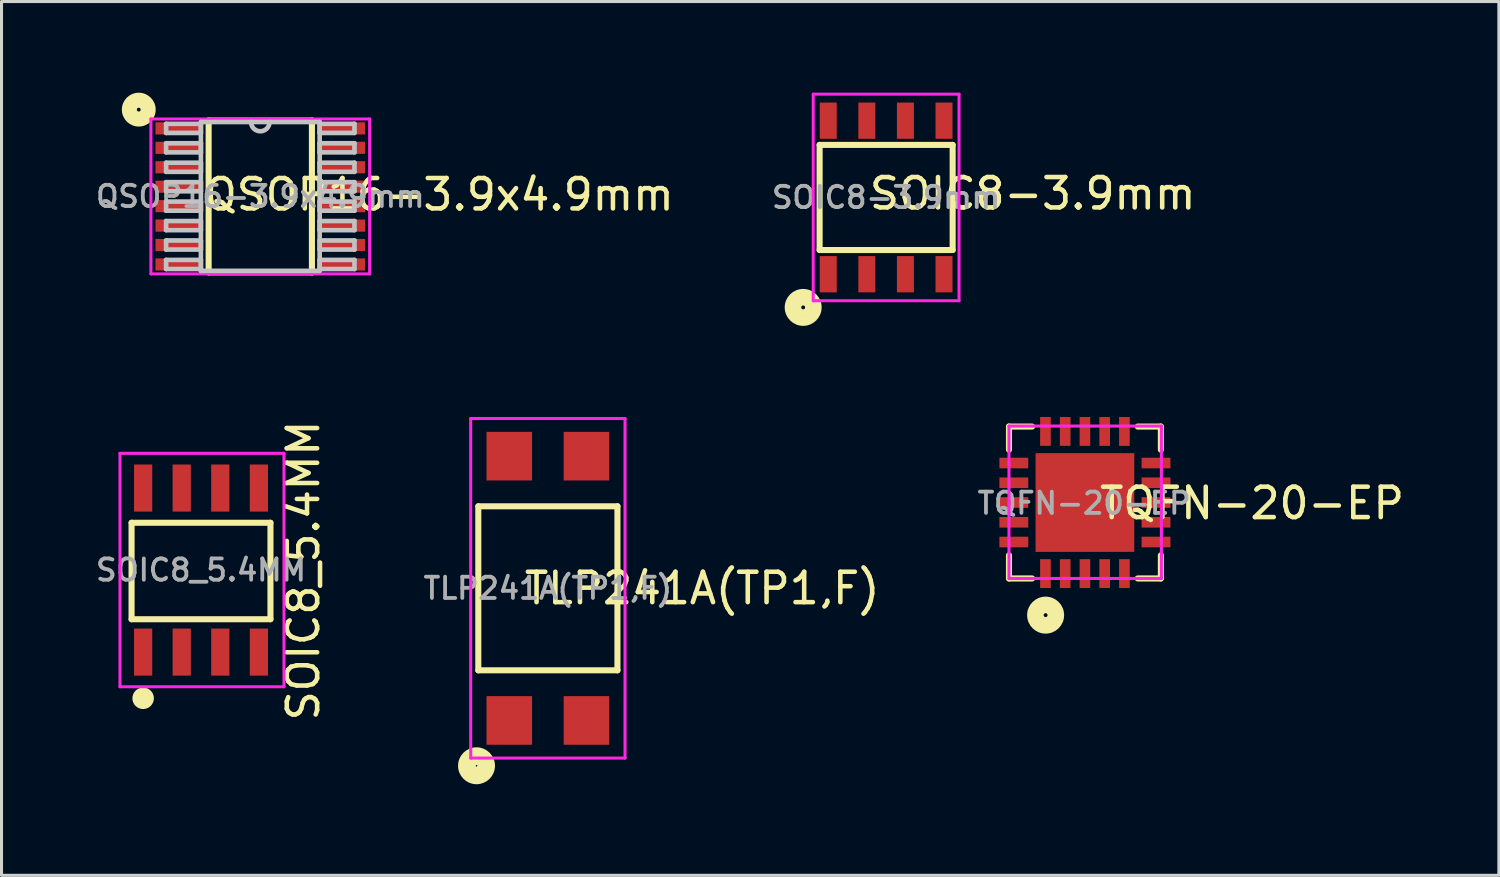
<source format=kicad_pcb>
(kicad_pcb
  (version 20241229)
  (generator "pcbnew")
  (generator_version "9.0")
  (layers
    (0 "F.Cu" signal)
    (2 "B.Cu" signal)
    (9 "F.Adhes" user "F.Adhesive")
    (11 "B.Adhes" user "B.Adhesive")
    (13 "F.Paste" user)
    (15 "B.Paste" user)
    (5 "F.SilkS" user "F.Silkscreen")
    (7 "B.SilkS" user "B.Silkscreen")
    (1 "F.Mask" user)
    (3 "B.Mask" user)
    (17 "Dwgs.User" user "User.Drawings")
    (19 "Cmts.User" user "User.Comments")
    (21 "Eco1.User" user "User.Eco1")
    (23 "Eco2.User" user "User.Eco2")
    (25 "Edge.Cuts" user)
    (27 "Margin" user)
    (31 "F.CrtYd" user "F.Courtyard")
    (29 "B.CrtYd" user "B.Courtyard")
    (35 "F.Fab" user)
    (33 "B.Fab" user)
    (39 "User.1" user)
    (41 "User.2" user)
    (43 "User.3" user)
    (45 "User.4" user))
  (footprint "SOIC8-3.9mm"
    (layer "F.Cu")
    (at 26.12 3.45)
    (property "Reference" "SOIC8-3.9mm" (at 4.826 -0.127 0) (layer "F.SilkS") (effects (font (size 1 1) (thickness 0.15))))
    (attr through_hole)
    (fp_line (start -2.19 -1.73) (end -2.19 1.73) (stroke (width 0.2) (type solid)) (layer "F.SilkS"))
    (fp_line (start -2.19 1.73) (end 2.19 1.73) (stroke (width 0.2) (type solid)) (layer "F.SilkS"))
    (fp_line (start 2.19 -1.73) (end -2.19 -1.73) (stroke (width 0.2) (type solid)) (layer "F.SilkS"))
    (fp_line (start 2.19 1.73) (end 2.19 -1.73) (stroke (width 0.2) (type solid)) (layer "F.SilkS"))
    (fp_circle (center -2.731 3.619) (end -2.667 3.619) (stroke (width 0.2) (type solid)) (fill no) (layer "F.SilkS"))
    (fp_circle (center -2.731 3.619) (end -2.54 3.619) (stroke (width 0.2) (type solid)) (fill no) (layer "F.SilkS"))
    (fp_circle (center -2.731 3.619) (end -2.413 3.81) (stroke (width 0.2) (type solid)) (fill no) (layer "F.SilkS"))
    (fp_circle (center -2.731 3.619) (end -2.223 3.619) (stroke (width 0.2) (type solid)) (fill no) (layer "F.SilkS"))
    (fp_line (start -2.4 -3.4) (end -2.4 3.4) (stroke (width 0.1) (type solid)) (layer "F.CrtYd"))
    (fp_line (start -2.4 3.4) (end 2.4 3.4) (stroke (width 0.1) (type solid)) (layer "F.CrtYd"))
    (fp_line (start 2.4 -3.4) (end -2.4 -3.4) (stroke (width 0.1) (type solid)) (layer "F.CrtYd"))
    (fp_line (start 2.4 3.4) (end 2.4 -3.4) (stroke (width 0.1) (type solid)) (layer "F.CrtYd"))
    (fp_text user "${REFERENCE}" (at 0 0 0) (layer "F.Fab") (effects (font (size 0.7 0.7) (thickness 0.125))))
    (pad "1" smd rect (at -1.905 2.527) (size 0.559 1.194) (layers "F.Cu" "F.Mask" "F.Paste"))
    (pad "2" smd rect (at -0.635 2.527) (size 0.559 1.194) (layers "F.Cu" "F.Mask" "F.Paste"))
    (pad "3" smd rect (at 0.635 2.527) (size 0.559 1.194) (layers "F.Cu" "F.Mask" "F.Paste"))
    (pad "4" smd rect (at 1.905 2.527) (size 0.559 1.194) (layers "F.Cu" "F.Mask" "F.Paste"))
    (pad "5" smd rect (at 1.905 -2.527) (size 0.559 1.194) (layers "F.Cu" "F.Mask" "F.Paste"))
    (pad "6" smd rect (at 0.635 -2.527) (size 0.559 1.194) (layers "F.Cu" "F.Mask" "F.Paste"))
    (pad "7" smd rect (at -0.635 -2.527) (size 0.559 1.194) (layers "F.Cu" "F.Mask" "F.Paste"))
    (pad "8" smd rect (at -1.905 -2.527) (size 0.559 1.194) (layers "F.Cu" "F.Mask" "F.Paste")))
  (footprint "QSOP16-3.9x4.9mm"
    (layer "F.Cu")
    (at 5.518 3.416)
    (property "Reference" "QSOP16-3.9x4.9mm" (at 5.895 -0.061 0) (layer "F.SilkS") (effects (font (size 1 1) (thickness 0.15))))
    (attr through_hole)
    (fp_line (start -1.7 -2.5) (end -1.7 2.5) (stroke (width 0.2) (type solid)) (layer "F.SilkS"))
    (fp_line (start -1.7 2.5) (end 1.7 2.5) (stroke (width 0.2) (type solid)) (layer "F.SilkS"))
    (fp_line (start 1.7 -2.5) (end -1.7 -2.5) (stroke (width 0.2) (type solid)) (layer "F.SilkS"))
    (fp_line (start 1.7 2.5) (end 1.7 -2.5) (stroke (width 0.2) (type solid)) (layer "F.SilkS"))
    (fp_circle (center -4 -2.857) (end -3.937 -2.857) (stroke (width 0.2) (type solid)) (fill no) (layer "F.SilkS"))
    (fp_circle (center -4 -2.857) (end -3.747 -2.857) (stroke (width 0.2) (type solid)) (fill no) (layer "F.SilkS"))
    (fp_circle (center -4 -2.857) (end -3.619 -2.921) (stroke (width 0.2) (type solid)) (fill no) (layer "F.SilkS"))
    (fp_circle (center -4 -2.857) (end -3.493 -2.857) (stroke (width 0.1) (type solid)) (fill no) (layer "F.SilkS"))
    (fp_line (start -3.1 -2.39) (end -3.1 -2.09) (stroke (width 0.152) (type solid)) (layer "Dwgs.User"))
    (fp_line (start -3.1 -2.09) (end -1.955 -2.09) (stroke (width 0.152) (type solid)) (layer "Dwgs.User"))
    (fp_line (start -3.1 -1.75) (end -3.1 -1.45) (stroke (width 0.152) (type solid)) (layer "Dwgs.User"))
    (fp_line (start -3.1 -1.45) (end -1.955 -1.45) (stroke (width 0.152) (type solid)) (layer "Dwgs.User"))
    (fp_line (start -3.1 -1.11) (end -3.1 -0.81) (stroke (width 0.152) (type solid)) (layer "Dwgs.User"))
    (fp_line (start -3.1 -0.81) (end -1.955 -0.81) (stroke (width 0.152) (type solid)) (layer "Dwgs.User"))
    (fp_line (start -3.1 -0.47) (end -3.1 -0.17) (stroke (width 0.152) (type solid)) (layer "Dwgs.User"))
    (fp_line (start -3.1 -0.17) (end -1.955 -0.17) (stroke (width 0.152) (type solid)) (layer "Dwgs.User"))
    (fp_line (start -3.1 0.17) (end -3.1 0.47) (stroke (width 0.152) (type solid)) (layer "Dwgs.User"))
    (fp_line (start -3.1 0.47) (end -1.955 0.47) (stroke (width 0.152) (type solid)) (layer "Dwgs.User"))
    (fp_line (start -3.1 0.81) (end -3.1 1.11) (stroke (width 0.152) (type solid)) (layer "Dwgs.User"))
    (fp_line (start -3.1 1.11) (end -1.955 1.11) (stroke (width 0.152) (type solid)) (layer "Dwgs.User"))
    (fp_line (start -3.1 1.45) (end -3.1 1.75) (stroke (width 0.152) (type solid)) (layer "Dwgs.User"))
    (fp_line (start -3.1 1.75) (end -1.955 1.75) (stroke (width 0.152) (type solid)) (layer "Dwgs.User"))
    (fp_line (start -3.1 2.09) (end -3.1 2.39) (stroke (width 0.152) (type solid)) (layer "Dwgs.User"))
    (fp_line (start -3.1 2.39) (end -1.955 2.39) (stroke (width 0.152) (type solid)) (layer "Dwgs.User"))
    (fp_line (start -1.955 -2.45) (end -1.955 2.45) (stroke (width 0.152) (type solid)) (layer "Dwgs.User"))
    (fp_line (start -1.955 -2.39) (end -3.1 -2.39) (stroke (width 0.152) (type solid)) (layer "Dwgs.User"))
    (fp_line (start -1.955 -2.09) (end -1.955 -2.39) (stroke (width 0.152) (type solid)) (layer "Dwgs.User"))
    (fp_line (start -1.955 -1.75) (end -3.1 -1.75) (stroke (width 0.152) (type solid)) (layer "Dwgs.User"))
    (fp_line (start -1.955 -1.45) (end -1.955 -1.75) (stroke (width 0.152) (type solid)) (layer "Dwgs.User"))
    (fp_line (start -1.955 -1.11) (end -3.1 -1.11) (stroke (width 0.152) (type solid)) (layer "Dwgs.User"))
    (fp_line (start -1.955 -0.81) (end -1.955 -1.11) (stroke (width 0.152) (type solid)) (layer "Dwgs.User"))
    (fp_line (start -1.955 -0.47) (end -3.1 -0.47) (stroke (width 0.152) (type solid)) (layer "Dwgs.User"))
    (fp_line (start -1.955 -0.17) (end -1.955 -0.47) (stroke (width 0.152) (type solid)) (layer "Dwgs.User"))
    (fp_line (start -1.955 0.17) (end -3.1 0.17) (stroke (width 0.152) (type solid)) (layer "Dwgs.User"))
    (fp_line (start -1.955 0.47) (end -1.955 0.17) (stroke (width 0.152) (type solid)) (layer "Dwgs.User"))
    (fp_line (start -1.955 0.81) (end -3.1 0.81) (stroke (width 0.152) (type solid)) (layer "Dwgs.User"))
    (fp_line (start -1.955 1.11) (end -1.955 0.81) (stroke (width 0.152) (type solid)) (layer "Dwgs.User"))
    (fp_line (start -1.955 1.45) (end -3.1 1.45) (stroke (width 0.152) (type solid)) (layer "Dwgs.User"))
    (fp_line (start -1.955 1.75) (end -1.955 1.45) (stroke (width 0.152) (type solid)) (layer "Dwgs.User"))
    (fp_line (start -1.955 2.09) (end -3.1 2.09) (stroke (width 0.152) (type solid)) (layer "Dwgs.User"))
    (fp_line (start -1.955 2.39) (end -1.955 2.09) (stroke (width 0.152) (type solid)) (layer "Dwgs.User"))
    (fp_line (start -1.955 2.45) (end 1.955 2.45) (stroke (width 0.152) (type solid)) (layer "Dwgs.User"))
    (fp_line (start 1.955 -2.45) (end -1.955 -2.45) (stroke (width 0.152) (type solid)) (layer "Dwgs.User"))
    (fp_line (start 1.955 -2.39) (end 1.955 -2.09) (stroke (width 0.152) (type solid)) (layer "Dwgs.User"))
    (fp_line (start 1.955 -2.09) (end 3.1 -2.09) (stroke (width 0.152) (type solid)) (layer "Dwgs.User"))
    (fp_line (start 1.955 -1.75) (end 1.955 -1.45) (stroke (width 0.152) (type solid)) (layer "Dwgs.User"))
    (fp_line (start 1.955 -1.45) (end 3.1 -1.45) (stroke (width 0.152) (type solid)) (layer "Dwgs.User"))
    (fp_line (start 1.955 -1.11) (end 1.955 -0.81) (stroke (width 0.152) (type solid)) (layer "Dwgs.User"))
    (fp_line (start 1.955 -0.81) (end 3.1 -0.81) (stroke (width 0.152) (type solid)) (layer "Dwgs.User"))
    (fp_line (start 1.955 -0.47) (end 1.955 -0.17) (stroke (width 0.152) (type solid)) (layer "Dwgs.User"))
    (fp_line (start 1.955 -0.17) (end 3.1 -0.17) (stroke (width 0.152) (type solid)) (layer "Dwgs.User"))
    (fp_line (start 1.955 0.17) (end 1.955 0.47) (stroke (width 0.152) (type solid)) (layer "Dwgs.User"))
    (fp_line (start 1.955 0.47) (end 3.1 0.47) (stroke (width 0.152) (type solid)) (layer "Dwgs.User"))
    (fp_line (start 1.955 0.81) (end 1.955 1.11) (stroke (width 0.152) (type solid)) (layer "Dwgs.User"))
    (fp_line (start 1.955 1.11) (end 3.1 1.11) (stroke (width 0.152) (type solid)) (layer "Dwgs.User"))
    (fp_line (start 1.955 1.45) (end 1.955 1.75) (stroke (width 0.152) (type solid)) (layer "Dwgs.User"))
    (fp_line (start 1.955 1.75) (end 3.1 1.75) (stroke (width 0.152) (type solid)) (layer "Dwgs.User"))
    (fp_line (start 1.955 2.09) (end 1.955 2.39) (stroke (width 0.152) (type solid)) (layer "Dwgs.User"))
    (fp_line (start 1.955 2.39) (end 3.1 2.39) (stroke (width 0.152) (type solid)) (layer "Dwgs.User"))
    (fp_line (start 1.955 2.45) (end 1.955 -2.45) (stroke (width 0.152) (type solid)) (layer "Dwgs.User"))
    (fp_line (start 3.1 -2.39) (end 1.955 -2.39) (stroke (width 0.152) (type solid)) (layer "Dwgs.User"))
    (fp_line (start 3.1 -2.09) (end 3.1 -2.39) (stroke (width 0.152) (type solid)) (layer "Dwgs.User"))
    (fp_line (start 3.1 -1.75) (end 1.955 -1.75) (stroke (width 0.152) (type solid)) (layer "Dwgs.User"))
    (fp_line (start 3.1 -1.45) (end 3.1 -1.75) (stroke (width 0.152) (type solid)) (layer "Dwgs.User"))
    (fp_line (start 3.1 -1.11) (end 1.955 -1.11) (stroke (width 0.152) (type solid)) (layer "Dwgs.User"))
    (fp_line (start 3.1 -0.81) (end 3.1 -1.11) (stroke (width 0.152) (type solid)) (layer "Dwgs.User"))
    (fp_line (start 3.1 -0.47) (end 1.955 -0.47) (stroke (width 0.152) (type solid)) (layer "Dwgs.User"))
    (fp_line (start 3.1 -0.17) (end 3.1 -0.47) (stroke (width 0.152) (type solid)) (layer "Dwgs.User"))
    (fp_line (start 3.1 0.17) (end 1.955 0.17) (stroke (width 0.152) (type solid)) (layer "Dwgs.User"))
    (fp_line (start 3.1 0.47) (end 3.1 0.17) (stroke (width 0.152) (type solid)) (layer "Dwgs.User"))
    (fp_line (start 3.1 0.81) (end 1.955 0.81) (stroke (width 0.152) (type solid)) (layer "Dwgs.User"))
    (fp_line (start 3.1 1.11) (end 3.1 0.81) (stroke (width 0.152) (type solid)) (layer "Dwgs.User"))
    (fp_line (start 3.1 1.45) (end 1.955 1.45) (stroke (width 0.152) (type solid)) (layer "Dwgs.User"))
    (fp_line (start 3.1 1.75) (end 3.1 1.45) (stroke (width 0.152) (type solid)) (layer "Dwgs.User"))
    (fp_line (start 3.1 2.09) (end 1.955 2.09) (stroke (width 0.152) (type solid)) (layer "Dwgs.User"))
    (fp_line (start 3.1 2.39) (end 3.1 2.09) (stroke (width 0.152) (type solid)) (layer "Dwgs.User"))
    (fp_arc (start 0.3048 -2.45) (mid 0 -2.1452) (end -0.3048 -2.45) (stroke (width 0.1524) (type solid)) (layer "Dwgs.User"))
    (fp_line (start -3.6 -2.55) (end -3.6 2.55) (stroke (width 0.1) (type solid)) (layer "F.CrtYd"))
    (fp_line (start -3.6 2.55) (end 3.6 2.55) (stroke (width 0.1) (type solid)) (layer "F.CrtYd"))
    (fp_line (start 3.6 -2.55) (end -3.6 -2.55) (stroke (width 0.1) (type solid)) (layer "F.CrtYd"))
    (fp_line (start 3.6 2.55) (end 3.6 -2.55) (stroke (width 0.1) (type solid)) (layer "F.CrtYd"))
    (fp_text user "${REFERENCE}" (at 0 0 0) (layer "F.Fab") (effects (font (size 0.7 0.7) (thickness 0.125))))
    (pad "1" smd rect (at -2.7 -2.24) (size 1.5 0.4) (layers "F.Cu" "F.Mask" "F.Paste"))
    (pad "2" smd rect (at -2.7 -1.6) (size 1.5 0.4) (layers "F.Cu" "F.Mask" "F.Paste"))
    (pad "3" smd rect (at -2.7 -0.96) (size 1.5 0.4) (layers "F.Cu" "F.Mask" "F.Paste"))
    (pad "4" smd rect (at -2.7 -0.32) (size 1.5 0.4) (layers "F.Cu" "F.Mask" "F.Paste"))
    (pad "5" smd rect (at -2.7 0.32) (size 1.5 0.4) (layers "F.Cu" "F.Mask" "F.Paste"))
    (pad "6" smd rect (at -2.7 0.96) (size 1.5 0.4) (layers "F.Cu" "F.Mask" "F.Paste"))
    (pad "7" smd rect (at -2.7 1.6) (size 1.5 0.4) (layers "F.Cu" "F.Mask" "F.Paste"))
    (pad "8" smd rect (at -2.7 2.24) (size 1.5 0.4) (layers "F.Cu" "F.Mask" "F.Paste"))
    (pad "9" smd rect (at 2.7 2.24) (size 1.5 0.4) (layers "F.Cu" "F.Mask" "F.Paste"))
    (pad "10" smd rect (at 2.7 1.6) (size 1.5 0.4) (layers "F.Cu" "F.Mask" "F.Paste"))
    (pad "11" smd rect (at 2.7 0.96) (size 1.5 0.4) (layers "F.Cu" "F.Mask" "F.Paste"))
    (pad "12" smd rect (at 2.7 0.32) (size 1.5 0.4) (layers "F.Cu" "F.Mask" "F.Paste"))
    (pad "13" smd rect (at 2.7 -0.32) (size 1.5 0.4) (layers "F.Cu" "F.Mask" "F.Paste"))
    (pad "14" smd rect (at 2.7 -0.96) (size 1.5 0.4) (layers "F.Cu" "F.Mask" "F.Paste"))
    (pad "15" smd rect (at 2.7 -1.6) (size 1.5 0.4) (layers "F.Cu" "F.Mask" "F.Paste"))
    (pad "16" smd rect (at 2.7 -2.24) (size 1.5 0.4) (layers "F.Cu" "F.Mask" "F.Paste")))
  (footprint "SOIC8_5.4MM"
    (placed yes)
    (layer "F.Cu")
    (at 3.567 15.716)
    (property "Reference" "SOIC8_5.4MM" (at 3.368 0.015 90) (layer "F.SilkS") (effects (font (size 1 1) (thickness 0.15))))
    (attr through_hole)
    (fp_line (start -2.286 -1.557) (end 2.286 -1.557) (stroke (width 0.2) (type solid)) (layer "F.SilkS"))
    (fp_line (start -2.286 1.618) (end -2.286 -1.557) (stroke (width 0.2) (type solid)) (layer "F.SilkS"))
    (fp_line (start -2.032 4.221) (end -1.841 4.221) (stroke (width 0.2) (type solid)) (layer "F.SilkS"))
    (fp_line (start 2.286 -1.557) (end 2.286 1.618) (stroke (width 0.2) (type solid)) (layer "F.SilkS"))
    (fp_line (start 2.286 1.618) (end -2.286 1.618) (stroke (width 0.2) (type solid)) (layer "F.SilkS"))
    (fp_circle (center -1.905 4.221) (end -1.778 4.285) (stroke (width 0.2) (type solid)) (fill no) (layer "F.SilkS"))
    (fp_circle (center -1.905 4.221) (end -1.651 4.221) (stroke (width 0.2) (type solid)) (fill no) (layer "F.SilkS"))
    (fp_line (start -2.667 -3.843) (end 2.731 -3.843) (stroke (width 0.1) (type solid)) (layer "F.CrtYd"))
    (fp_line (start -2.667 3.841) (end -2.667 -3.843) (stroke (width 0.1) (type solid)) (layer "F.CrtYd"))
    (fp_line (start 2.731 -3.843) (end 2.731 3.841) (stroke (width 0.1) (type solid)) (layer "F.CrtYd"))
    (fp_line (start 2.731 3.841) (end -2.667 3.841) (stroke (width 0.1) (type solid)) (layer "F.CrtYd"))
    (fp_text user "${REFERENCE}" (at 0 0 0) (layer "F.Fab") (effects (font (size 0.7 0.7) (thickness 0.125))))
    (pad "1" smd rect (at -1.905 2.7) (size 0.6 1.55) (layers "F.Cu" "F.Mask" "F.Paste"))
    (pad "2" smd rect (at -0.635 2.7) (size 0.6 1.55) (layers "F.Cu" "F.Mask" "F.Paste"))
    (pad "3" smd rect (at 0.635 2.7) (size 0.6 1.55) (layers "F.Cu" "F.Mask" "F.Paste"))
    (pad "4" smd rect (at 1.905 2.7) (size 0.6 1.55) (layers "F.Cu" "F.Mask" "F.Paste"))
    (pad "5" smd rect (at 1.905 -2.7) (size 0.6 1.55) (layers "F.Cu" "F.Mask" "F.Paste"))
    (pad "6" smd rect (at 0.635 -2.7) (size 0.6 1.55) (layers "F.Cu" "F.Mask" "F.Paste"))
    (pad "7" smd rect (at -0.635 -2.7) (size 0.6 1.55) (layers "F.Cu" "F.Mask" "F.Paste"))
    (pad "8" smd rect (at -1.905 -2.7) (size 0.6 1.55) (layers "F.Cu" "F.Mask" "F.Paste")))
  (footprint "TQFN-20-EP"
    (layer "F.Cu")
    (at 32.664 13.492)
    (property "Reference" "TQFN-20-EP" (at 5.501 0.024 0) (layer "F.SilkS") (effects (font (size 1 1) (thickness 0.15))))
    (attr through_hole)
    (fp_line (start -2.5 -2.5) (end -2.5 -1.738) (stroke (width 0.2) (type solid)) (layer "F.SilkS"))
    (fp_line (start -2.5 -2.5) (end -1.738 -2.5) (stroke (width 0.2) (type solid)) (layer "F.SilkS"))
    (fp_line (start -2.5 2.5) (end -2.5 1.738) (stroke (width 0.2) (type solid)) (layer "F.SilkS"))
    (fp_line (start -2.5 2.5) (end -1.738 2.5) (stroke (width 0.2) (type solid)) (layer "F.SilkS"))
    (fp_line (start 2.5 -2.5) (end 1.738 -2.5) (stroke (width 0.2) (type solid)) (layer "F.SilkS"))
    (fp_line (start 2.5 -2.5) (end 2.5 -1.738) (stroke (width 0.2) (type solid)) (layer "F.SilkS"))
    (fp_line (start 2.5 2.5) (end 1.738 2.5) (stroke (width 0.2) (type solid)) (layer "F.SilkS"))
    (fp_line (start 2.5 2.5) (end 2.5 1.738) (stroke (width 0.2) (type solid)) (layer "F.SilkS"))
    (fp_circle (center -1.294 3.707) (end -1.23 3.707) (stroke (width 0.2) (type solid)) (fill no) (layer "F.SilkS"))
    (fp_circle (center -1.294 3.707) (end -1.04 3.707) (stroke (width 0.2) (type solid)) (fill no) (layer "F.SilkS"))
    (fp_circle (center -1.294 3.707) (end -0.912 3.707) (stroke (width 0.2) (type solid)) (fill no) (layer "F.SilkS"))
    (fp_circle (center -1.294 3.707) (end -0.785 3.707) (stroke (width 0.2) (type solid)) (fill no) (layer "F.SilkS"))
    (fp_line (start -2.5 -2.517) (end 2.517 -2.517) (stroke (width 0.1) (type solid)) (layer "F.CrtYd"))
    (fp_line (start -2.5 2.5) (end -2.5 -2.517) (stroke (width 0.1) (type solid)) (layer "F.CrtYd"))
    (fp_line (start 2.517 -2.517) (end 2.517 2.5) (stroke (width 0.1) (type solid)) (layer "F.CrtYd"))
    (fp_line (start 2.517 2.5) (end -2.5 2.5) (stroke (width 0.1) (type solid)) (layer "F.CrtYd"))
    (fp_text user "${REFERENCE}" (at -0.024 0.024 0) (layer "F.Fab") (effects (font (size 0.7 0.7) (thickness 0.125))))
    (pad "1" smd rect (at -1.3 2.34) (size 0.35 0.95) (layers "F.Cu" "F.Mask" "F.Paste"))
    (pad "2" smd rect (at -0.65 2.34) (size 0.35 0.95) (layers "F.Cu" "F.Mask" "F.Paste"))
    (pad "3" smd rect (at 0 2.34) (size 0.35 0.95) (layers "F.Cu" "F.Mask" "F.Paste"))
    (pad "4" smd rect (at 0.65 2.34) (size 0.35 0.95) (layers "F.Cu" "F.Mask" "F.Paste"))
    (pad "5" smd rect (at 1.3 2.34) (size 0.35 0.95) (layers "F.Cu" "F.Mask" "F.Paste"))
    (pad "6" smd rect (at 2.34 1.3) (size 0.95 0.35) (layers "F.Cu" "F.Mask" "F.Paste"))
    (pad "7" smd rect (at 2.34 0.65) (size 0.95 0.35) (layers "F.Cu" "F.Mask" "F.Paste"))
    (pad "8" smd rect (at 2.34 0) (size 0.95 0.35) (layers "F.Cu" "F.Mask" "F.Paste"))
    (pad "9" smd rect (at 2.34 -0.65) (size 0.95 0.35) (layers "F.Cu" "F.Mask" "F.Paste"))
    (pad "10" smd rect (at 2.34 -1.3) (size 0.95 0.35) (layers "F.Cu" "F.Mask" "F.Paste"))
    (pad "11" smd rect (at 1.3 -2.34) (size 0.35 0.95) (layers "F.Cu" "F.Mask" "F.Paste"))
    (pad "12" smd rect (at 0.65 -2.34) (size 0.35 0.95) (layers "F.Cu" "F.Mask" "F.Paste"))
    (pad "13" smd rect (at 0 -2.34) (size 0.35 0.95) (layers "F.Cu" "F.Mask" "F.Paste"))
    (pad "14" smd rect (at -0.65 -2.34) (size 0.35 0.95) (layers "F.Cu" "F.Mask" "F.Paste"))
    (pad "15" smd rect (at -1.3 -2.34) (size 0.35 0.95) (layers "F.Cu" "F.Mask" "F.Paste"))
    (pad "16" smd rect (at -2.34 -1.3) (size 0.95 0.35) (layers "F.Cu" "F.Mask" "F.Paste"))
    (pad "17" smd rect (at -2.34 -0.65) (size 0.95 0.35) (layers "F.Cu" "F.Mask" "F.Paste"))
    (pad "18" smd rect (at -2.34 0) (size 0.95 0.35) (layers "F.Cu" "F.Mask" "F.Paste"))
    (pad "19" smd rect (at -2.34 0.65) (size 0.95 0.35) (layers "F.Cu" "F.Mask" "F.Paste"))
    (pad "20" smd rect (at -2.34 1.3) (size 0.95 0.35) (layers "F.Cu" "F.Mask" "F.Paste"))
    (pad "EP" smd rect (at 0 0) (size 3.25 3.25) (layers "F.Cu" "F.Mask" "F.Paste")))
  (footprint "TLP241A(TP1,F)"
    (layer "F.Cu")
    (at 14.985 16.316)
    (property "Reference" "TLP241A(TP1,F)" (at 5.08 0 0) (layer "F.SilkS") (effects (font (size 1 1) (thickness 0.15))))
    (attr through_hole)
    (fp_line (start -2.29 -2.7) (end -2.29 2.7) (stroke (width 0.2) (type solid)) (layer "F.SilkS"))
    (fp_line (start -2.29 2.7) (end 2.29 2.7) (stroke (width 0.2) (type solid)) (layer "F.SilkS"))
    (fp_line (start 2.29 -2.7) (end -2.29 -2.7) (stroke (width 0.2) (type solid)) (layer "F.SilkS"))
    (fp_line (start 2.29 2.7) (end 2.29 -2.7) (stroke (width 0.2) (type solid)) (layer "F.SilkS"))
    (fp_circle (center -2.349 5.842) (end -2.286 5.842) (stroke (width 0.2) (type solid)) (fill no) (layer "F.SilkS"))
    (fp_circle (center -2.349 5.842) (end -2.223 5.842) (stroke (width 0.2) (type solid)) (fill no) (layer "F.SilkS"))
    (fp_circle (center -2.349 5.842) (end -2.095 5.842) (stroke (width 0.2) (type solid)) (fill no) (layer "F.SilkS"))
    (fp_circle (center -2.349 5.842) (end -1.968 5.905) (stroke (width 0.2) (type solid)) (fill no) (layer "F.SilkS"))
    (fp_circle (center -2.349 5.842) (end -1.841 5.842) (stroke (width 0.2) (type solid)) (fill no) (layer "F.SilkS"))
    (fp_line (start -2.54 -5.588) (end -2.54 5.588) (stroke (width 0.1) (type solid)) (layer "F.CrtYd"))
    (fp_line (start -2.54 5.588) (end 2.54 5.588) (stroke (width 0.1) (type solid)) (layer "F.CrtYd"))
    (fp_line (start 2.54 -5.588) (end -2.54 -5.588) (stroke (width 0.1) (type solid)) (layer "F.CrtYd"))
    (fp_line (start 2.54 5.588) (end 2.54 -5.588) (stroke (width 0.1) (type solid)) (layer "F.CrtYd"))
    (fp_text user "${REFERENCE}" (at 0 0 0) (layer "F.Fab") (effects (font (size 0.7 0.7) (thickness 0.125))))
    (pad "1" smd rect (at -1.27 4.35) (size 1.5 1.6) (layers "F.Cu" "F.Mask" "F.Paste"))
    (pad "2" smd rect (at 1.27 4.35) (size 1.5 1.6) (layers "F.Cu" "F.Mask" "F.Paste"))
    (pad "3" smd rect (at 1.27 -4.35) (size 1.5 1.6) (layers "F.Cu" "F.Mask" "F.Paste"))
    (pad "4" smd rect (at -1.27 -4.35) (size 1.5 1.6) (layers "F.Cu" "F.Mask" "F.Paste")))
  (gr_rect
    (start -3 -3)
    (end 46.29 25.765)
    (stroke (width 0.1) (type default))
    (fill no)
    (layer "Edge.Cuts")))
</source>
